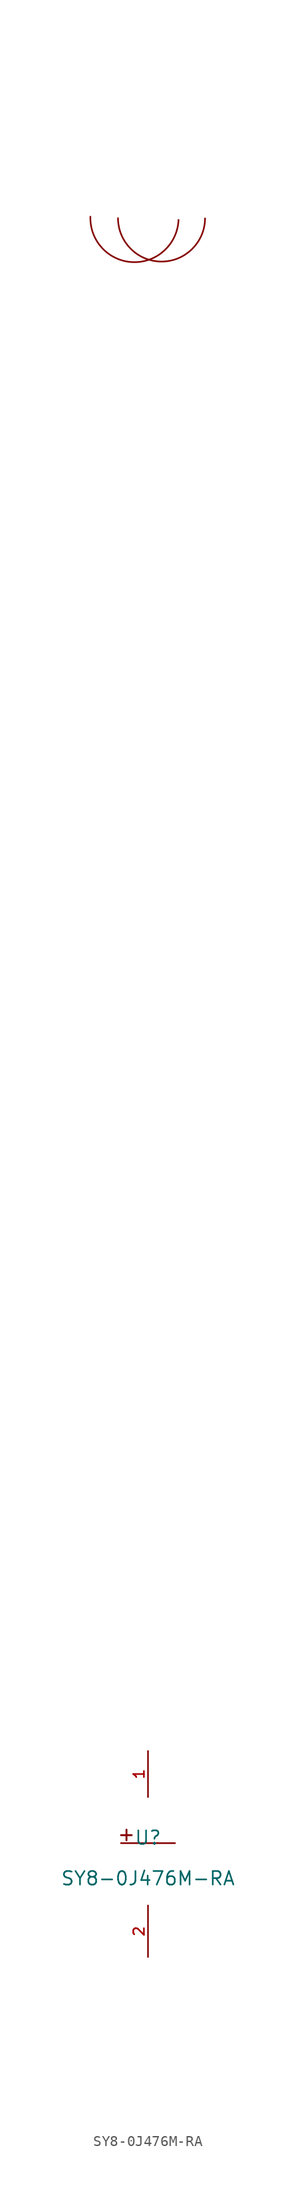
<source format=kicad_sym>
(kicad_symbol_lib
  (version 20210201)
  (generator TousstNicolas/JLC2KiCad_lib)
  (symbol "SY8-0J476M-RA"
    (pin_names hide)
    (property "Reference" "U"
      (at 0 1.27 0)
      (effects (font (size 1.27 1.27))))
    (property "Value" "SY8-0J476M-RA"
      (at 0 -2.54 0)
      (effects (font (size 1.27 1.27))))
    (symbol "SY8-0J476M-RA_0_1"
      (pin unspecified line (at 0.0 5.08 90) (length 4.318) (name "1" (effects (font (size 1 1)))) (number "1" (effects (font (size 1 1)))))
      (pin unspecified line (at 0.0 -5.08 270) (length 4.826) (name "2" (effects (font (size 1 1)))) (number "2" (effects (font (size 1 1)))))
      (polyline (pts (xy -2.54 0.762) (xy 2.54 0.762)) (stroke (width 0) (type default) (color 0 0 0 0)) (fill (type none)))
      (arc (start 5.355231055666675 153.02458998320105) (mid 1.2592864525939904 148.95007755495055) (end -2.815225975656514 153.04602215802325) (stroke (width 0) (type default) (color 0 0 0 0)) (fill (type none)))
      (arc (start 2.865311391389729 152.88348074512368) (mid -1.4218278654935625 148.89999213921735) (end -5.405316471399889 153.1871313961006) (stroke (width 0) (type default) (color 0 0 0 0)) (fill (type none)))
      (rectangle (start -2.54 1.524) (end -1.524 1.499) (stroke (width 0) (type default) (color 0 0 0 0)) (fill (type background)))
      (rectangle (start -2.032 2.032) (end -2.007 1.016) (stroke (width 0) (type default) (color 0 0 0 0)) (fill (type background))))))
</source>
